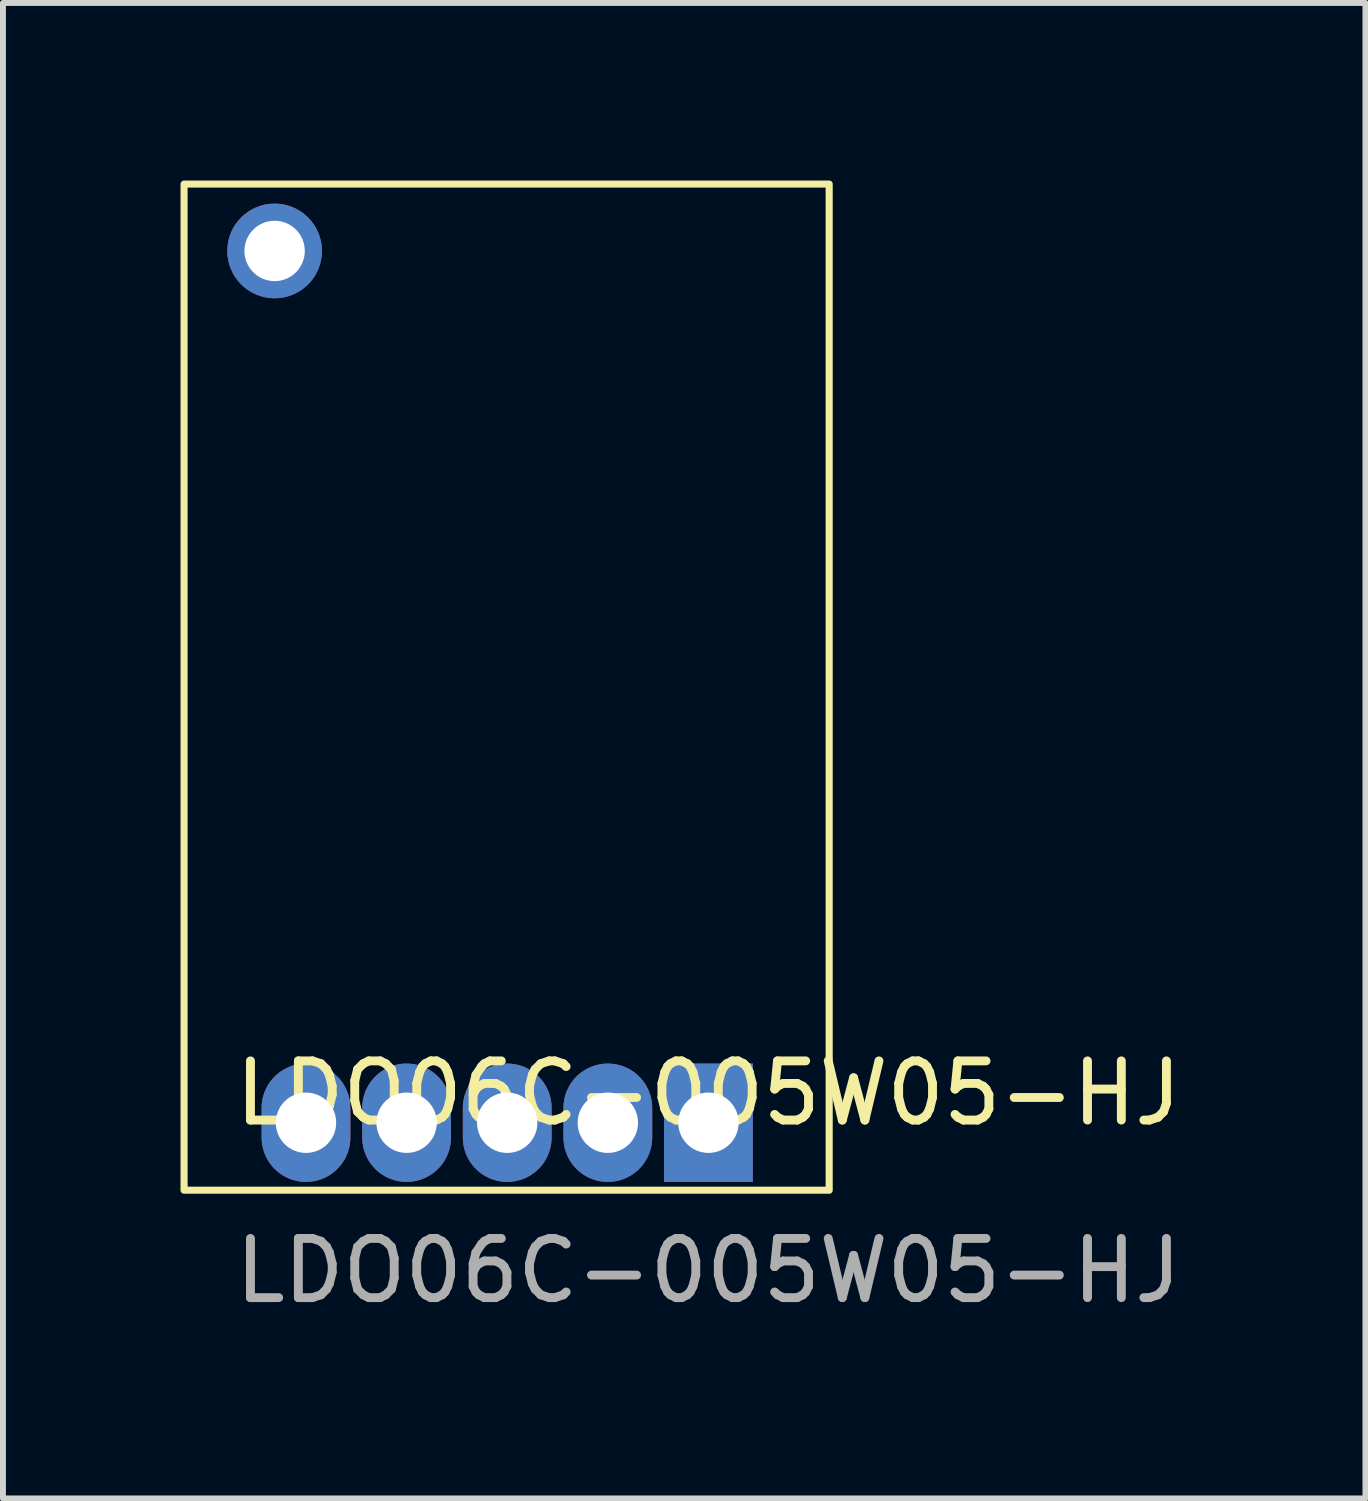
<source format=kicad_pcb>
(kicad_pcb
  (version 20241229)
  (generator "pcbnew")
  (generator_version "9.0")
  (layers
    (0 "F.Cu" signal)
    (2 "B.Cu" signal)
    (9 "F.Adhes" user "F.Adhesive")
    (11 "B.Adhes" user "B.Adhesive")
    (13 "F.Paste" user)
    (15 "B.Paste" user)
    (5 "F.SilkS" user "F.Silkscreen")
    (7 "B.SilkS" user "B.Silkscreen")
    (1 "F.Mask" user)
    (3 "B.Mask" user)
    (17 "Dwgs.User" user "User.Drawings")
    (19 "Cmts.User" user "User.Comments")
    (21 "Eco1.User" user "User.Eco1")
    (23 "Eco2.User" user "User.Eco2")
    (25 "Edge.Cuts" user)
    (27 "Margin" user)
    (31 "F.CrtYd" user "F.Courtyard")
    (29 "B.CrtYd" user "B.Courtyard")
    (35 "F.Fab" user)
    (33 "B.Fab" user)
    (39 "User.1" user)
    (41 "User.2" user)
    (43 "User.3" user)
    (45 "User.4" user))
  (footprint "LDO06C-005W05-HJ"
    (layer "F.Cu")
    (at 8.92 15.92)
    (property "Reference" "LDO06C-005W05-HJ" (at 0 -0.5 0) (unlocked yes) (layer "F.SilkS") (effects (font (size 1 1) (thickness 0.15))))
    (attr through_hole)
    (fp_rect (start -8.86 -15.86) (end 2.04 1.14) (stroke (width 0.12) (type default)) (fill no) (layer "F.SilkS"))
    (fp_text user "${REFERENCE}" (at 0 2.5 0) (unlocked yes) (layer "F.Fab") (effects (font (size 1 1) (thickness 0.15))))
    (pad "1" thru_hole rect (at 0 0) (size 1.5 2) (drill 1.02) (layers "*.Cu" "*.Mask"))
    (pad "2" thru_hole oval (at -1.7 0) (size 1.5 2) (drill 1.02) (layers "*.Cu" "*.Mask"))
    (pad "3" thru_hole oval (at -3.4 0) (size 1.5 2) (drill 1.02) (layers "*.Cu" "*.Mask"))
    (pad "4" thru_hole oval (at -5.1 0) (size 1.5 2) (drill 1.02) (layers "*.Cu" "*.Mask"))
    (pad "5" thru_hole oval (at -6.8 0) (size 1.5 2) (drill 1.02) (layers "*.Cu" "*.Mask"))
    (pad "6" thru_hole circle (at -7.33 -14.73) (size 1.6 1.6) (drill 1.02) (layers "*.Cu" "*.Mask")))
  (gr_rect
    (start -3 -3)
    (end 20.021 22.268)
    (stroke (width 0.1) (type default))
    (fill no)
    (layer "Edge.Cuts")))
</source>
